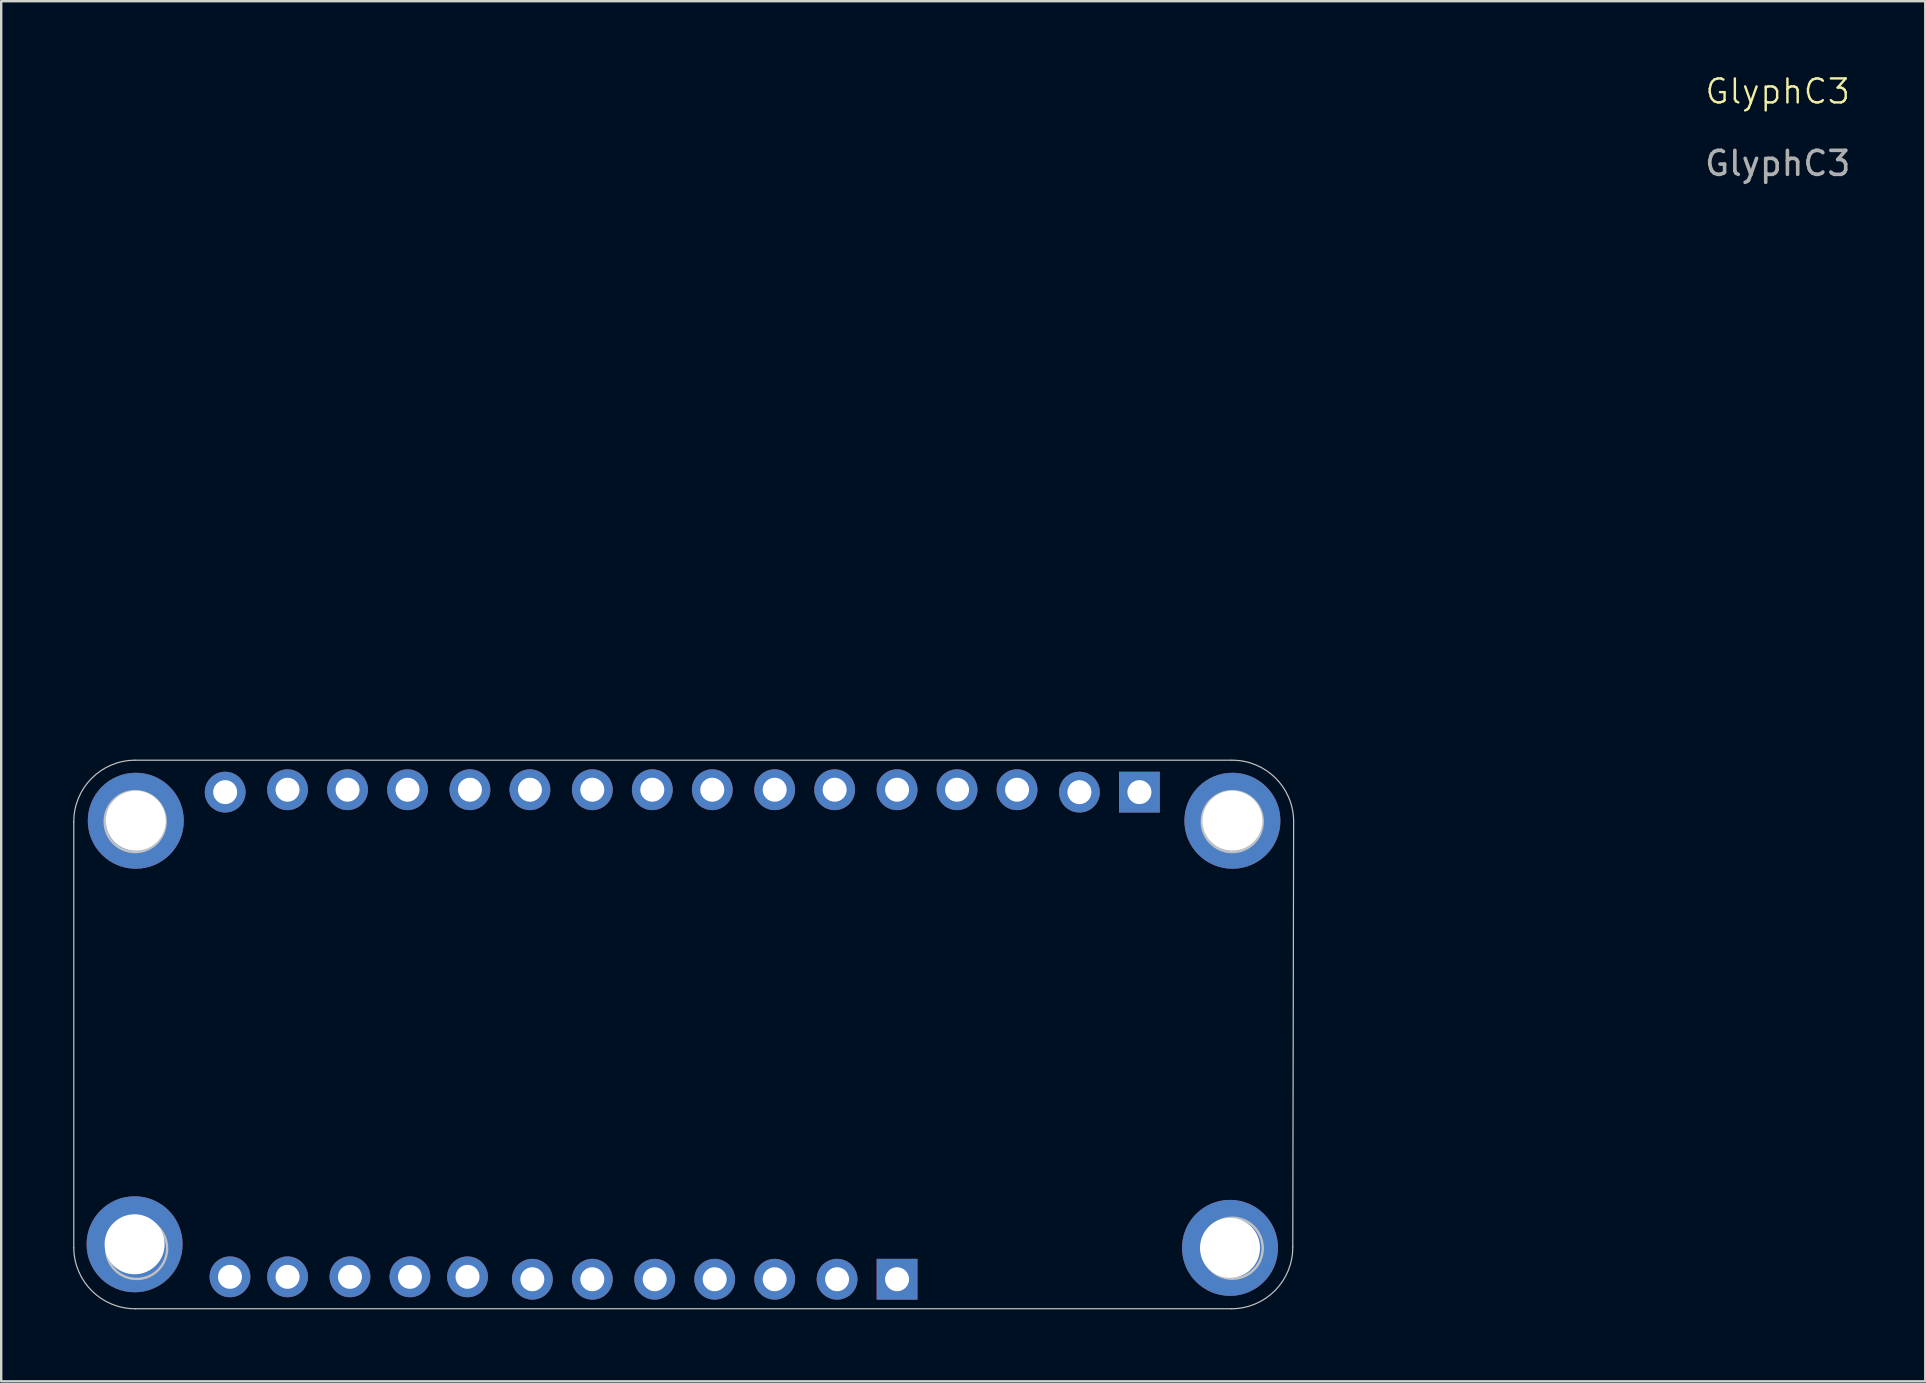
<source format=kicad_pcb>
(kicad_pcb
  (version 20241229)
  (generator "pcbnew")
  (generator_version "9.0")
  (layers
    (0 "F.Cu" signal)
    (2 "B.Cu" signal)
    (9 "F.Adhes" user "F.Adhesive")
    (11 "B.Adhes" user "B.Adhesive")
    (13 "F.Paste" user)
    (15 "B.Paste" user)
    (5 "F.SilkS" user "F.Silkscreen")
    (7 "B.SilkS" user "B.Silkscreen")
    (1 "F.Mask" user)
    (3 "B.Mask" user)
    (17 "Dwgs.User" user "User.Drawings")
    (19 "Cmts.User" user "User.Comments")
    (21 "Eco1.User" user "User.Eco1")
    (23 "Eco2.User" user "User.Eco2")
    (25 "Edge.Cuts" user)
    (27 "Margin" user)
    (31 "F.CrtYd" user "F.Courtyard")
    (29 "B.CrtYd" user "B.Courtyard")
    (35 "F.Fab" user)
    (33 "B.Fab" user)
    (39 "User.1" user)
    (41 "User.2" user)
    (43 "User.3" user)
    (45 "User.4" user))
  (footprint "GlyphC3"
    (layer "F.Cu")
    (at 25.434 39.861)
    (property "Reference" "GlyphC3" (at 45.6 -39.1 0) (unlocked yes) (layer "F.SilkS") (effects (font (size 1 1) (thickness 0.1))))
    (attr smd)
    (fp_line (start -25.409 9.09) (end -25.409 -8.654) (stroke (width 0.05) (type default)) (layer "Dwgs.User"))
    (fp_line (start -22.869 -11.23) (end 22.851 -11.23) (stroke (width 0.05) (type default)) (layer "Dwgs.User"))
    (fp_line (start 22.851 11.63) (end -22.833 11.63) (stroke (width 0.05) (type default)) (layer "Dwgs.User"))
    (fp_line (start 25.427 -8.69) (end 25.391 9.054) (stroke (width 0.05) (type default)) (layer "Dwgs.User"))
    (fp_arc (start -25.40876 -8.653842) (mid -24.672367 -10.467838) (end -22.869019 -11.229935) (stroke (width 0.05) (type default)) (layer "Dwgs.User"))
    (fp_arc (start -22.832926 11.629804) (mid -24.646927 10.893416) (end -25.409019 9.090063) (stroke (width 0.05) (type default)) (layer "Dwgs.User"))
    (fp_arc (start 22.850972 -11.229934) (mid 24.665016 -10.49359) (end 25.427065 -8.690193) (stroke (width 0.05) (type default)) (layer "Dwgs.User"))
    (fp_arc (start 25.390713 9.053971) (mid 24.654337 10.867983) (end 22.850972 11.630064) (stroke (width 0.05) (type default)) (layer "Dwgs.User"))
    (fp_circle (center -22.851 -8.672) (end -21.581 -8.672) (stroke (width 0.1) (type default)) (fill no) (layer "Dwgs.User"))
    (fp_circle (center -22.79 9.118) (end -21.52 9.118) (stroke (width 0.1) (type default)) (fill no) (layer "Dwgs.User"))
    (fp_circle (center 22.869 -8.672) (end 24.139 -8.672) (stroke (width 0.1) (type default)) (fill no) (layer "Dwgs.User"))
    (fp_circle (center 22.869 9.108) (end 24.139 9.108) (stroke (width 0.1) (type default)) (fill no) (layer "Dwgs.User"))
    (fp_text user "${REFERENCE}" (at 45.6 -36.1 0) (unlocked yes) (layer "F.Fab") (effects (font (size 1 1) (thickness 0.15))))
    (pad "" thru_hole circle (at -22.875 8.943 180) (size 4 4) (drill 2.5) (layers "*.Cu" "*.Mask") (remove_unused_layers yes) (keep_end_layers yes) (zone_layer_connections))
    (pad "" thru_hole circle (at -22.825 -8.707 180) (size 4 4) (drill 2.5) (layers "*.Cu" "*.Mask") (remove_unused_layers yes) (keep_end_layers yes) (zone_layer_connections))
    (pad "" thru_hole circle (at 22.775 9.093 180) (size 4 4) (drill 2.5) (layers "*.Cu" "*.Mask") (remove_unused_layers yes) (keep_end_layers yes) (zone_layer_connections))
    (pad "" thru_hole circle (at 22.875 -8.707 180) (size 4 4) (drill 2.5) (layers "*.Cu" "*.Mask") (remove_unused_layers yes) (keep_end_layers yes) (zone_layer_connections))
    (pad "1" thru_hole oval (at -18.9 10.3 90) (size 1.7 1.7) (drill 1) (layers "*.Cu" "*.Mask"))
    (pad "2" thru_hole oval (at -16.5 10.3 90) (size 1.7 1.7) (drill 1) (layers "*.Cu" "*.Mask"))
    (pad "3" thru_hole oval (at -13.9 10.3 90) (size 1.7 1.7) (drill 1) (layers "*.Cu" "*.Mask"))
    (pad "4" thru_hole oval (at -11.4 10.3 90) (size 1.7 1.7) (drill 1) (layers "*.Cu" "*.Mask"))
    (pad "5" thru_hole oval (at -9 10.3 90) (size 1.7 1.7) (drill 1) (layers "*.Cu" "*.Mask"))
    (pad "6" thru_hole oval (at -6.3 10.4 90) (size 1.7 1.7) (drill 1) (layers "*.Cu" "*.Mask"))
    (pad "7" thru_hole oval (at -3.8 10.4 90) (size 1.7 1.7) (drill 1) (layers "*.Cu" "*.Mask"))
    (pad "8" thru_hole oval (at -1.2 10.4 90) (size 1.7 1.7) (drill 1) (layers "*.Cu" "*.Mask"))
    (pad "9" thru_hole oval (at 1.3 10.4 90) (size 1.7 1.7) (drill 1) (layers "*.Cu" "*.Mask"))
    (pad "10" thru_hole oval (at 3.8 10.4 90) (size 1.7 1.7) (drill 1) (layers "*.Cu" "*.Mask"))
    (pad "11" thru_hole oval (at 6.4 10.4 90) (size 1.7 1.7) (drill 1) (layers "*.Cu" "*.Mask"))
    (pad "12" thru_hole rect (at 8.9 10.4 90) (size 1.7 1.7) (drill 1) (layers "*.Cu" "*.Mask"))
    (pad "13" thru_hole rect (at 19 -9.9 90) (size 1.7 1.7) (drill 1) (layers "*.Cu" "*.Mask"))
    (pad "14" thru_hole oval (at 16.5 -9.9 90) (size 1.7 1.7) (drill 1) (layers "*.Cu" "*.Mask"))
    (pad "15" thru_hole oval (at 13.9 -10 90) (size 1.7 1.7) (drill 1) (layers "*.Cu" "*.Mask"))
    (pad "16" thru_hole oval (at 11.4 -10 90) (size 1.7 1.7) (drill 1) (layers "*.Cu" "*.Mask"))
    (pad "17" thru_hole oval (at 8.9 -10 90) (size 1.7 1.7) (drill 1) (layers "*.Cu" "*.Mask"))
    (pad "18" thru_hole oval (at 6.3 -10 90) (size 1.7 1.7) (drill 1) (layers "*.Cu" "*.Mask"))
    (pad "19" thru_hole oval (at 3.8 -10 90) (size 1.7 1.7) (drill 1) (layers "*.Cu" "*.Mask"))
    (pad "20" thru_hole oval (at 1.2 -10 90) (size 1.7 1.7) (drill 1) (layers "*.Cu" "*.Mask"))
    (pad "21" thru_hole oval (at -1.3 -10 90) (size 1.7 1.7) (drill 1) (layers "*.Cu" "*.Mask"))
    (pad "22" thru_hole oval (at -3.8 -10 90) (size 1.7 1.7) (drill 1) (layers "*.Cu" "*.Mask"))
    (pad "23" thru_hole oval (at -6.4 -10 90) (size 1.7 1.7) (drill 1) (layers "*.Cu" "*.Mask"))
    (pad "24" thru_hole oval (at -8.9 -10 90) (size 1.7 1.7) (drill 1) (layers "*.Cu" "*.Mask"))
    (pad "25" thru_hole oval (at -11.5 -10 90) (size 1.7 1.7) (drill 1) (layers "*.Cu" "*.Mask"))
    (pad "26" thru_hole oval (at -14 -10 90) (size 1.7 1.7) (drill 1) (layers "*.Cu" "*.Mask"))
    (pad "27" thru_hole oval (at -16.5 -10 90) (size 1.7 1.7) (drill 1) (layers "*.Cu" "*.Mask"))
    (pad "28" thru_hole oval (at -19.1 -9.9 90) (size 1.7 1.7) (drill 1) (layers "*.Cu" "*.Mask")))
  (gr_rect
    (start -3 -3)
    (end 77.183 54.516)
    (stroke (width 0.1) (type default))
    (fill no)
    (layer "Edge.Cuts")))
</source>
